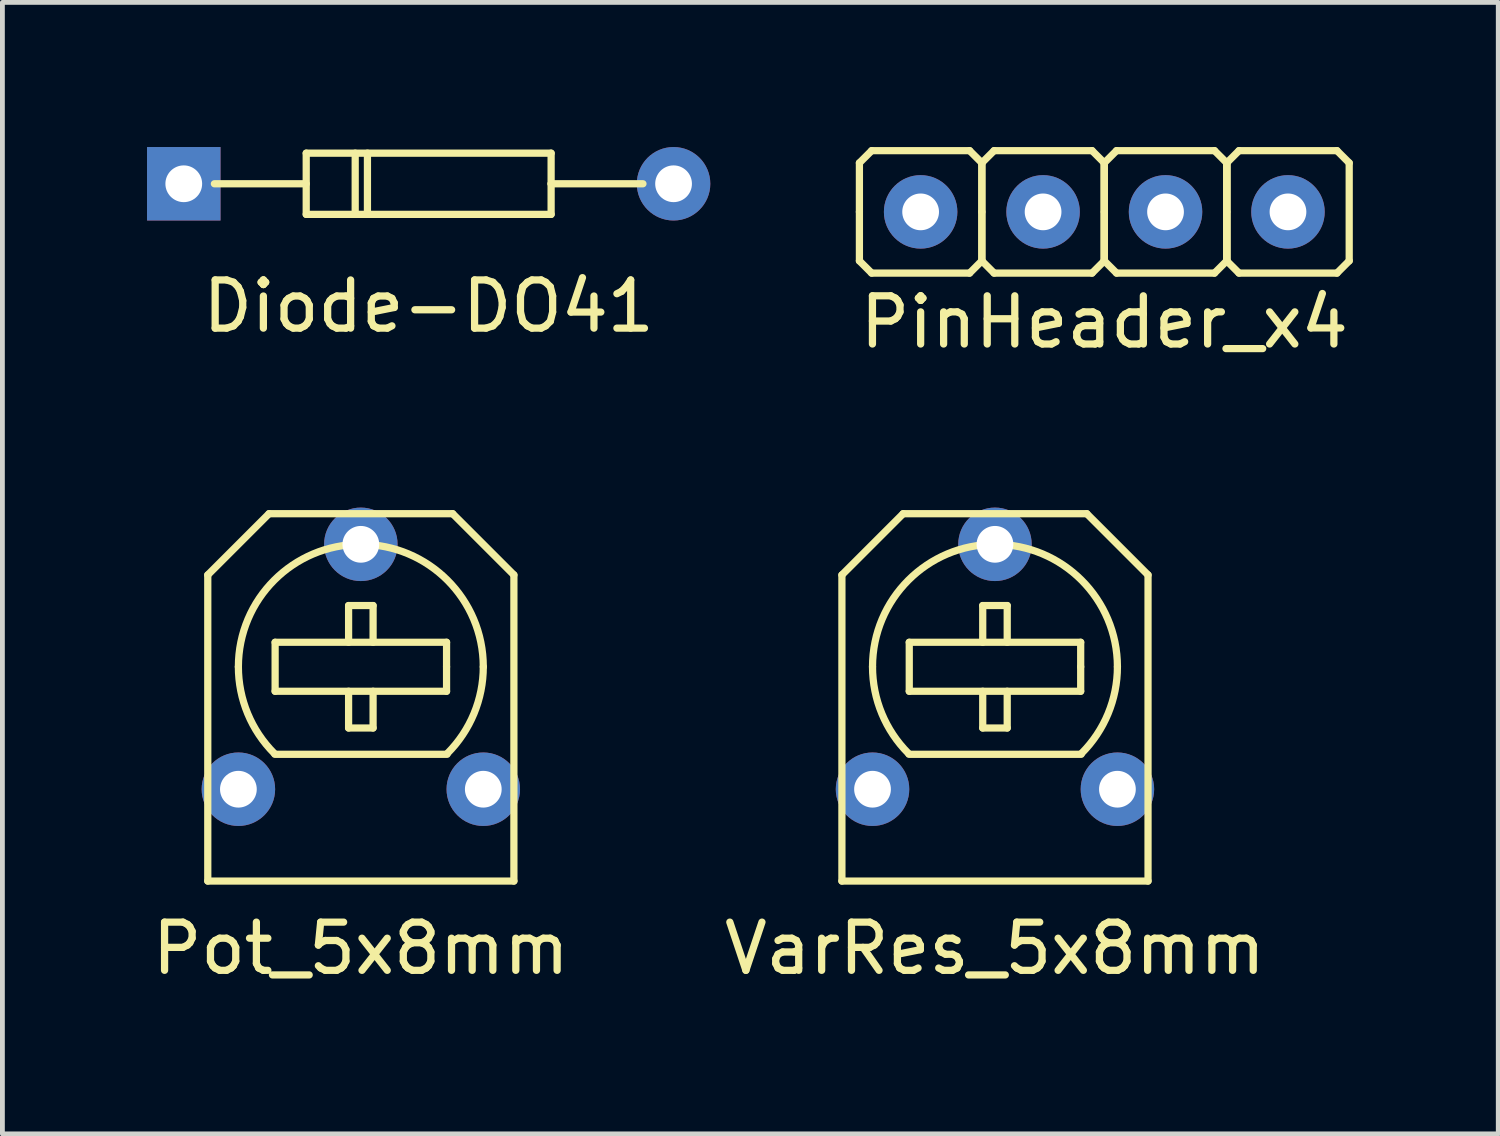
<source format=kicad_pcb>
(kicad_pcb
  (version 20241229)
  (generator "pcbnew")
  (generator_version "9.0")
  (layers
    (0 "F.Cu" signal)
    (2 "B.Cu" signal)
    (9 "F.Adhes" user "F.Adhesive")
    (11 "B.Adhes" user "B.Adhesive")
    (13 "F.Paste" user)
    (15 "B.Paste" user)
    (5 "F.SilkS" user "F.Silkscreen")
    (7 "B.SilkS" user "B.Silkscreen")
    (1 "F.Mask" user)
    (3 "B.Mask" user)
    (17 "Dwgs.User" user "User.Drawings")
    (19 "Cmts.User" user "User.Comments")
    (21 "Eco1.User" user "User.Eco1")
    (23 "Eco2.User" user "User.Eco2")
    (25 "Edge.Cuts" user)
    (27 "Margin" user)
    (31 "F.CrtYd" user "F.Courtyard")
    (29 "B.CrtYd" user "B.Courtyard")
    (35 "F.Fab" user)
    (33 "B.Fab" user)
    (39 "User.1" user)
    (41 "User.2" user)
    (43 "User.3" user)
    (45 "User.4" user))
  (footprint "Diode-DO41"
    (layer "F.Cu")
    (at 5.842 0.762)
    (property "Reference" "Diode-DO41" (at 0 2.54 0) (layer "F.SilkS") (effects (font (size 1 1) (thickness 0.15))))
    (attr through_hole)
    (fp_line (start -4.445 0) (end -2.54 0) (stroke (width 0.15) (type solid)) (layer "F.SilkS"))
    (fp_line (start -2.54 -0.635) (end -2.54 0.635) (stroke (width 0.15) (type solid)) (layer "F.SilkS"))
    (fp_line (start -2.54 0.635) (end 2.54 0.635) (stroke (width 0.15) (type solid)) (layer "F.SilkS"))
    (fp_line (start -1.524 -0.635) (end -1.524 0.635) (stroke (width 0.15) (type solid)) (layer "F.SilkS"))
    (fp_line (start -1.27 -0.635) (end -1.27 0.635) (stroke (width 0.15) (type solid)) (layer "F.SilkS"))
    (fp_line (start 2.54 -0.635) (end -2.54 -0.635) (stroke (width 0.15) (type solid)) (layer "F.SilkS"))
    (fp_line (start 2.54 0) (end 2.54 -0.635) (stroke (width 0.15) (type solid)) (layer "F.SilkS"))
    (fp_line (start 2.54 0) (end 4.445 0) (stroke (width 0.15) (type solid)) (layer "F.SilkS"))
    (fp_line (start 2.54 0.635) (end 2.54 0) (stroke (width 0.15) (type solid)) (layer "F.SilkS"))
    (pad "1" thru_hole rect (at -5.08 0) (size 1.524 1.524) (drill 0.762) (layers "*.Cu" "*.Mask"))
    (pad "2" thru_hole circle (at 5.08 0) (size 1.524 1.524) (drill 0.762) (layers "*.Cu" "*.Mask")))
  (footprint "VarRes_5x8mm"
    (layer "F.Cu")
    (at 17.589 10.781)
    (property "Reference" "VarRes_5x8mm" (at 0 5.842 0) (layer "F.SilkS") (effects (font (size 1 1) (thickness 0.15))))
    (attr through_hole)
    (fp_line (start -3.175 -1.905) (end -3.175 4.445) (stroke (width 0.15) (type solid)) (layer "F.SilkS"))
    (fp_line (start -3.175 -1.905) (end -1.905 -3.175) (stroke (width 0.15) (type solid)) (layer "F.SilkS"))
    (fp_line (start -1.905 -3.175) (end 1.905 -3.175) (stroke (width 0.15) (type solid)) (layer "F.SilkS"))
    (fp_line (start -1.783 1.816) (end 1.788 1.816) (stroke (width 0.15) (type solid)) (layer "F.SilkS"))
    (fp_line (start -1.778 -0.508) (end -1.778 0.508) (stroke (width 0.15) (type solid)) (layer "F.SilkS"))
    (fp_line (start -1.778 0.508) (end 1.778 0.508) (stroke (width 0.15) (type solid)) (layer "F.SilkS"))
    (fp_line (start -0.254 -1.27) (end 0.254 -1.27) (stroke (width 0.15) (type solid)) (layer "F.SilkS"))
    (fp_line (start -0.254 -0.508) (end -0.254 -1.27) (stroke (width 0.15) (type solid)) (layer "F.SilkS"))
    (fp_line (start -0.254 0.508) (end -0.254 1.27) (stroke (width 0.15) (type solid)) (layer "F.SilkS"))
    (fp_line (start -0.254 1.27) (end 0.254 1.27) (stroke (width 0.15) (type solid)) (layer "F.SilkS"))
    (fp_line (start 0.254 -1.27) (end 0.254 -0.508) (stroke (width 0.15) (type solid)) (layer "F.SilkS"))
    (fp_line (start 0.254 1.27) (end 0.254 0.508) (stroke (width 0.15) (type solid)) (layer "F.SilkS"))
    (fp_line (start 1.778 -0.508) (end -1.778 -0.508) (stroke (width 0.15) (type solid)) (layer "F.SilkS"))
    (fp_line (start 1.778 0) (end 1.778 -0.508) (stroke (width 0.15) (type solid)) (layer "F.SilkS"))
    (fp_line (start 1.778 0.508) (end 1.778 0) (stroke (width 0.15) (type solid)) (layer "F.SilkS"))
    (fp_line (start 1.905 -3.175) (end 3.175 -1.905) (stroke (width 0.15) (type solid)) (layer "F.SilkS"))
    (fp_line (start 3.175 -1.905) (end 3.175 4.445) (stroke (width 0.15) (type solid)) (layer "F.SilkS"))
    (fp_line (start 3.175 4.445) (end -3.175 4.445) (stroke (width 0.15) (type solid)) (layer "F.SilkS"))
    (fp_arc (start -2.54 0) (mid 0 -2.54) (end 2.54 0) (stroke (width 0.15) (type solid)) (layer "F.SilkS"))
    (fp_arc (start -1.796051 1.796051) (mid -2.346654 0.972016) (end -2.54 0) (stroke (width 0.15) (type solid)) (layer "F.SilkS"))
    (fp_arc (start 2.54 0) (mid 2.346654 0.972016) (end 1.796051 1.796051) (stroke (width 0.15) (type solid)) (layer "F.SilkS"))
    (pad "1" thru_hole circle (at -2.54 2.54) (size 1.524 1.524) (drill 0.762) (layers "*.Cu" "*.Mask"))
    (pad "2" thru_hole circle (at 2.54 2.54) (size 1.524 1.524) (drill 0.762) (layers "*.Cu" "*.Mask"))
    (pad "3" thru_hole circle (at 0 -2.54) (size 1.524 1.524) (drill 0.762) (layers "*.Cu" "*.Mask")))
  (footprint "Pot_5x8mm"
    (layer "F.Cu")
    (at 4.435 10.781)
    (property "Reference" "Pot_5x8mm" (at 0 5.842 0) (layer "F.SilkS") (effects (font (size 1 1) (thickness 0.15))))
    (attr through_hole)
    (fp_line (start -3.175 -1.905) (end -3.175 4.445) (stroke (width 0.15) (type solid)) (layer "F.SilkS"))
    (fp_line (start -3.175 -1.905) (end -1.905 -3.175) (stroke (width 0.15) (type solid)) (layer "F.SilkS"))
    (fp_line (start -1.905 -3.175) (end 1.905 -3.175) (stroke (width 0.15) (type solid)) (layer "F.SilkS"))
    (fp_line (start -1.783 1.816) (end 1.788 1.816) (stroke (width 0.15) (type solid)) (layer "F.SilkS"))
    (fp_line (start -1.778 -0.508) (end -1.778 0.508) (stroke (width 0.15) (type solid)) (layer "F.SilkS"))
    (fp_line (start -1.778 0.508) (end 1.778 0.508) (stroke (width 0.15) (type solid)) (layer "F.SilkS"))
    (fp_line (start -0.254 -1.27) (end 0.254 -1.27) (stroke (width 0.15) (type solid)) (layer "F.SilkS"))
    (fp_line (start -0.254 -0.508) (end -0.254 -1.27) (stroke (width 0.15) (type solid)) (layer "F.SilkS"))
    (fp_line (start -0.254 0.508) (end -0.254 1.27) (stroke (width 0.15) (type solid)) (layer "F.SilkS"))
    (fp_line (start -0.254 1.27) (end 0.254 1.27) (stroke (width 0.15) (type solid)) (layer "F.SilkS"))
    (fp_line (start 0.254 -1.27) (end 0.254 -0.508) (stroke (width 0.15) (type solid)) (layer "F.SilkS"))
    (fp_line (start 0.254 1.27) (end 0.254 0.508) (stroke (width 0.15) (type solid)) (layer "F.SilkS"))
    (fp_line (start 1.778 -0.508) (end -1.778 -0.508) (stroke (width 0.15) (type solid)) (layer "F.SilkS"))
    (fp_line (start 1.778 0) (end 1.778 -0.508) (stroke (width 0.15) (type solid)) (layer "F.SilkS"))
    (fp_line (start 1.778 0.508) (end 1.778 0) (stroke (width 0.15) (type solid)) (layer "F.SilkS"))
    (fp_line (start 1.905 -3.175) (end 3.175 -1.905) (stroke (width 0.15) (type solid)) (layer "F.SilkS"))
    (fp_line (start 3.175 -1.905) (end 3.175 4.445) (stroke (width 0.15) (type solid)) (layer "F.SilkS"))
    (fp_line (start 3.175 4.445) (end -3.175 4.445) (stroke (width 0.15) (type solid)) (layer "F.SilkS"))
    (fp_arc (start -2.54 0) (mid 0 -2.54) (end 2.54 0) (stroke (width 0.15) (type solid)) (layer "F.SilkS"))
    (fp_arc (start -1.796051 1.796051) (mid -2.346654 0.972016) (end -2.54 0) (stroke (width 0.15) (type solid)) (layer "F.SilkS"))
    (fp_arc (start 2.54 0) (mid 2.346654 0.972016) (end 1.796051 1.796051) (stroke (width 0.15) (type solid)) (layer "F.SilkS"))
    (pad "1" thru_hole circle (at -2.54 2.54) (size 1.524 1.524) (drill 0.762) (layers "*.Cu" "*.Mask"))
    (pad "2" thru_hole circle (at 2.54 2.54) (size 1.524 1.524) (drill 0.762) (layers "*.Cu" "*.Mask"))
    (pad "3" thru_hole circle (at 0 -2.54) (size 1.524 1.524) (drill 0.762) (layers "*.Cu" "*.Mask")))
  (footprint "PinHeader_x4"
    (layer "F.Cu")
    (at 19.857 1.345)
    (property "Reference" "PinHeader_x4" (at 0 2.286 0) (layer "F.SilkS") (effects (font (size 1 1) (thickness 0.15))))
    (attr through_hole)
    (fp_line (start -5.08 -1.016) (end -5.08 0) (stroke (width 0.15) (type solid)) (layer "F.SilkS"))
    (fp_line (start -5.08 0) (end -5.08 1.016) (stroke (width 0.15) (type solid)) (layer "F.SilkS"))
    (fp_line (start -5.08 1.016) (end -4.826 1.27) (stroke (width 0.15) (type solid)) (layer "F.SilkS"))
    (fp_line (start -4.826 -1.27) (end -5.08 -1.016) (stroke (width 0.15) (type solid)) (layer "F.SilkS"))
    (fp_line (start -4.826 1.27) (end -2.794 1.27) (stroke (width 0.15) (type solid)) (layer "F.SilkS"))
    (fp_line (start -2.794 -1.27) (end -4.826 -1.27) (stroke (width 0.15) (type solid)) (layer "F.SilkS"))
    (fp_line (start -2.794 1.27) (end -2.54 1.016) (stroke (width 0.15) (type solid)) (layer "F.SilkS"))
    (fp_line (start -2.54 -1.016) (end -2.794 -1.27) (stroke (width 0.15) (type solid)) (layer "F.SilkS"))
    (fp_line (start -2.54 -1.016) (end -2.54 0) (stroke (width 0.15) (type solid)) (layer "F.SilkS"))
    (fp_line (start -2.54 0) (end -2.54 1.016) (stroke (width 0.15) (type solid)) (layer "F.SilkS"))
    (fp_line (start -2.54 1.016) (end -2.54 -1.016) (stroke (width 0.15) (type solid)) (layer "F.SilkS"))
    (fp_line (start -2.54 1.016) (end -2.286 1.27) (stroke (width 0.15) (type solid)) (layer "F.SilkS"))
    (fp_line (start -2.286 -1.27) (end -2.54 -1.016) (stroke (width 0.15) (type solid)) (layer "F.SilkS"))
    (fp_line (start -2.286 1.27) (end -0.254 1.27) (stroke (width 0.15) (type solid)) (layer "F.SilkS"))
    (fp_line (start -0.254 -1.27) (end -2.286 -1.27) (stroke (width 0.15) (type solid)) (layer "F.SilkS"))
    (fp_line (start -0.254 1.27) (end 0 1.016) (stroke (width 0.15) (type solid)) (layer "F.SilkS"))
    (fp_line (start 0 -1.016) (end -0.254 -1.27) (stroke (width 0.15) (type solid)) (layer "F.SilkS"))
    (fp_line (start 0 -1.016) (end 0 0) (stroke (width 0.15) (type solid)) (layer "F.SilkS"))
    (fp_line (start 0 0) (end 0 1.016) (stroke (width 0.15) (type solid)) (layer "F.SilkS"))
    (fp_line (start 0 1.016) (end 0 -1.016) (stroke (width 0.15) (type solid)) (layer "F.SilkS"))
    (fp_line (start 0 1.016) (end 0 -1.016) (stroke (width 0.15) (type solid)) (layer "F.SilkS"))
    (fp_line (start 0 1.016) (end 0.254 1.27) (stroke (width 0.15) (type solid)) (layer "F.SilkS"))
    (fp_line (start 0.254 -1.27) (end 0 -1.016) (stroke (width 0.15) (type solid)) (layer "F.SilkS"))
    (fp_line (start 0.254 1.27) (end 2.286 1.27) (stroke (width 0.15) (type solid)) (layer "F.SilkS"))
    (fp_line (start 2.286 -1.27) (end 0.254 -1.27) (stroke (width 0.15) (type solid)) (layer "F.SilkS"))
    (fp_line (start 2.286 1.27) (end 2.54 1.016) (stroke (width 0.15) (type solid)) (layer "F.SilkS"))
    (fp_line (start 2.54 -1.016) (end 2.286 -1.27) (stroke (width 0.15) (type solid)) (layer "F.SilkS"))
    (fp_line (start 2.54 -1.016) (end 2.54 0) (stroke (width 0.15) (type solid)) (layer "F.SilkS"))
    (fp_line (start 2.54 0) (end 2.54 1.016) (stroke (width 0.15) (type solid)) (layer "F.SilkS"))
    (fp_line (start 2.54 1.016) (end 2.54 -1.016) (stroke (width 0.15) (type solid)) (layer "F.SilkS"))
    (fp_line (start 2.54 1.016) (end 2.54 -1.016) (stroke (width 0.15) (type solid)) (layer "F.SilkS"))
    (fp_line (start 2.54 1.016) (end 2.54 -1.016) (stroke (width 0.15) (type solid)) (layer "F.SilkS"))
    (fp_line (start 2.54 1.016) (end 2.794 1.27) (stroke (width 0.15) (type solid)) (layer "F.SilkS"))
    (fp_line (start 2.794 -1.27) (end 2.54 -1.016) (stroke (width 0.15) (type solid)) (layer "F.SilkS"))
    (fp_line (start 2.794 1.27) (end 4.826 1.27) (stroke (width 0.15) (type solid)) (layer "F.SilkS"))
    (fp_line (start 4.826 -1.27) (end 2.794 -1.27) (stroke (width 0.15) (type solid)) (layer "F.SilkS"))
    (fp_line (start 4.826 1.27) (end 5.08 1.016) (stroke (width 0.15) (type solid)) (layer "F.SilkS"))
    (fp_line (start 5.08 -1.016) (end 4.826 -1.27) (stroke (width 0.15) (type solid)) (layer "F.SilkS"))
    (fp_line (start 5.08 1.016) (end 5.08 -1.016) (stroke (width 0.15) (type solid)) (layer "F.SilkS"))
    (pad "1" thru_hole circle (at -3.81 0) (size 1.524 1.524) (drill 0.762) (layers "*.Cu" "*.Mask"))
    (pad "2" thru_hole circle (at -1.27 0) (size 1.524 1.524) (drill 0.762) (layers "*.Cu" "*.Mask"))
    (pad "3" thru_hole circle (at 1.27 0) (size 1.524 1.524) (drill 0.762) (layers "*.Cu" "*.Mask"))
    (pad "4" thru_hole circle (at 3.81 0) (size 1.524 1.524) (drill 0.762) (layers "*.Cu" "*.Mask")))
  (gr_rect
    (start -3 -3)
    (end 28.029 20.471)
    (stroke (width 0.1) (type default))
    (fill no)
    (layer "Edge.Cuts")))
</source>
